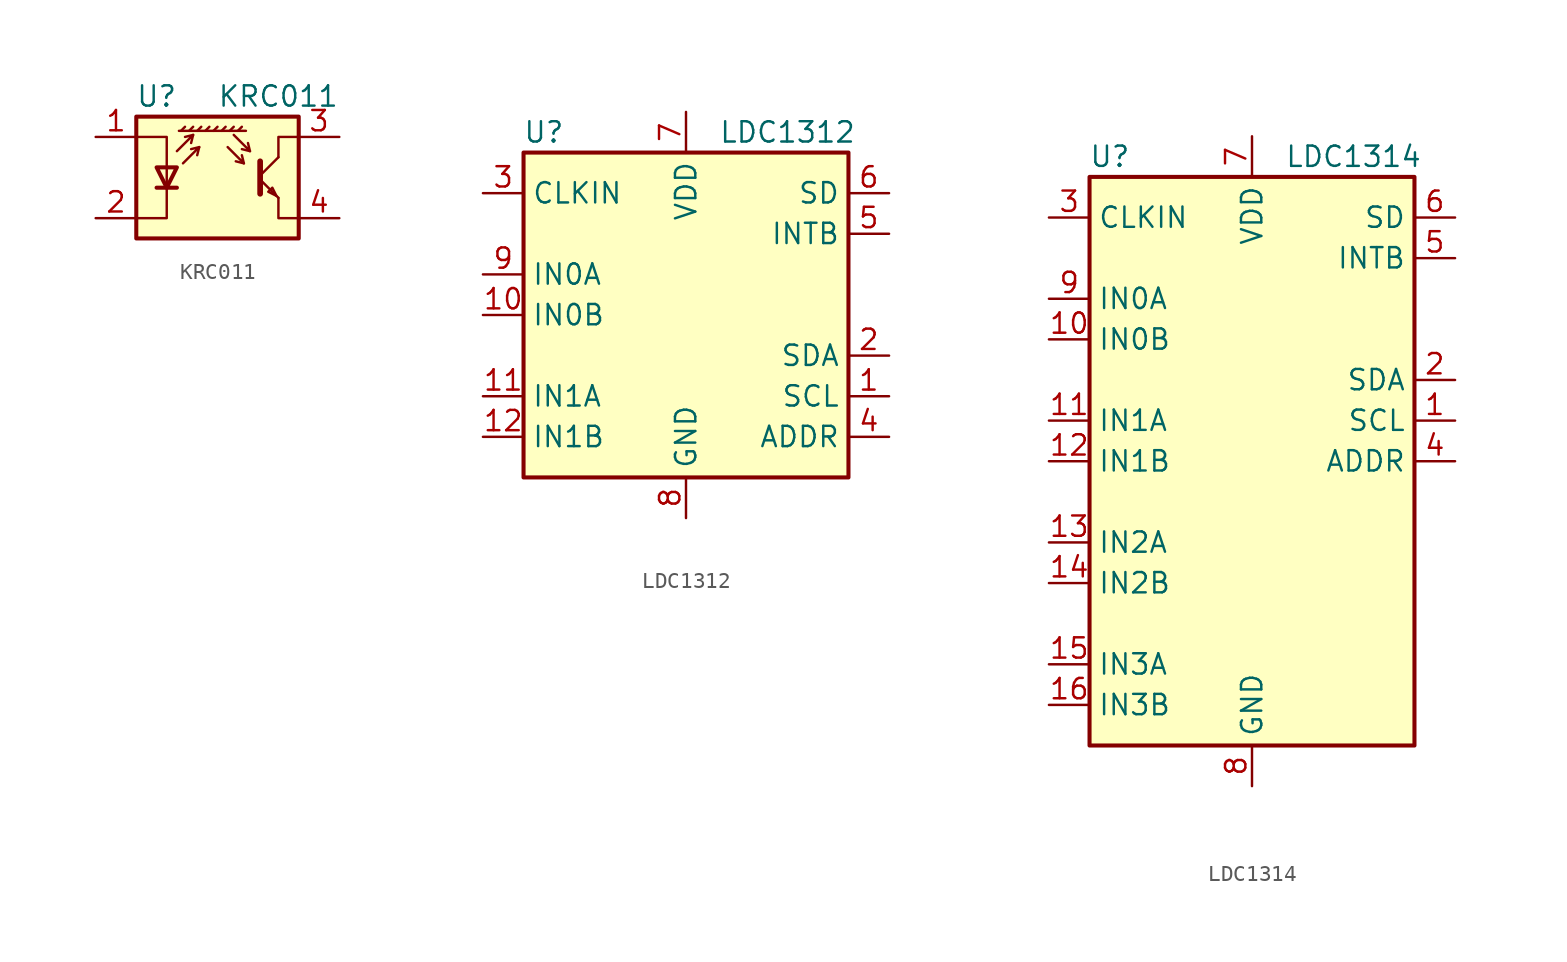
<source format=kicad_sym>
(kicad_symbol_lib
  (version 20201005)
  (generator kicad_symbol_editor)
  (symbol "Sensor_Proximity:KRC011"
    (pin_names
      (offset 1.016) hide)
    (property "Reference" "U"
      (at -3.81 5.08 0)
      (effects (font (size 1.27 1.27))))
    (property "Value" "KRC011"
      (at 7.62 5.08 0)
      (effects (font (size 1.27 1.27)) (justify right)))
    (symbol "KRC011_0_1"
      (polyline (pts (xy -3.81 -0.635) (xy -2.54 -0.635)) (stroke (width 0.254)) (fill (type none)))
      (polyline (pts (xy -2.286 2.921) (xy -2.032 3.175)) (stroke (width 0)) (fill (type none)))
      (polyline (pts (xy -1.778 2.921) (xy -1.524 3.175)) (stroke (width 0)) (fill (type none)))
      (polyline (pts (xy -1.524 2.667) (xy -1.651 2.159)) (stroke (width 0)) (fill (type none)))
      (polyline (pts (xy -1.27 2.921) (xy -1.016 3.175)) (stroke (width 0)) (fill (type none)))
      (polyline (pts (xy -1.143 1.905) (xy -1.27 1.397)) (stroke (width 0)) (fill (type none)))
      (polyline (pts (xy -0.762 2.921) (xy -0.508 3.175)) (stroke (width 0)) (fill (type none)))
      (polyline (pts (xy -0.254 2.921) (xy 0 3.175)) (stroke (width 0)) (fill (type none)))
      (polyline (pts (xy 0.254 2.921) (xy 0.508 3.175)) (stroke (width 0)) (fill (type none)))
      (polyline (pts (xy 0.762 2.921) (xy 1.016 3.175)) (stroke (width 0)) (fill (type none)))
      (polyline (pts (xy 1.27 2.921) (xy 1.524 3.175)) (stroke (width 0)) (fill (type none)))
      (polyline (pts (xy 1.651 0.889) (xy 1.143 1.016)) (stroke (width 0)) (fill (type none)))
      (polyline (pts (xy 1.778 2.921) (xy -2.413 2.921)) (stroke (width 0)) (fill (type none)))
      (polyline (pts (xy 2.032 1.651) (xy 1.524 1.778)) (stroke (width 0)) (fill (type none)))
      (polyline (pts (xy 2.667 -0.127) (xy 3.81 -1.27)) (stroke (width 0)) (fill (type none)))
      (polyline (pts (xy 2.667 0.127) (xy 3.81 1.27)) (stroke (width 0)) (fill (type none)))
      (polyline (pts (xy -2.54 1.651) (xy -1.524 2.667) (xy -2.032 2.54)) (stroke (width 0)) (fill (type none)))
      (polyline (pts (xy -2.159 0.889) (xy -1.143 1.905) (xy -1.651 1.778)) (stroke (width 0)) (fill (type none)))
      (polyline (pts (xy 0.635 1.905) (xy 1.651 0.889) (xy 1.524 1.397)) (stroke (width 0)) (fill (type none)))
      (polyline (pts (xy 1.016 2.667) (xy 2.032 1.651) (xy 1.905 2.159)) (stroke (width 0)) (fill (type none)))
      (polyline (pts (xy 2.667 1.016) (xy 2.667 -1.016) (xy 2.667 -1.016)) (stroke (width 0.356)) (fill (type none)))
      (polyline (pts (xy 3.81 -1.27) (xy 3.81 -2.54) (xy 5.08 -2.54)) (stroke (width 0)) (fill (type none)))
      (polyline (pts (xy 3.81 1.27) (xy 3.81 2.54) (xy 5.08 2.54)) (stroke (width 0)) (fill (type none)))
      (polyline (pts (xy -5.08 -2.54) (xy -3.175 -2.54) (xy -3.175 2.54) (xy -5.08 2.54)) (stroke (width 0)) (fill (type none)))
      (polyline (pts (xy -3.175 -0.635) (xy -3.81 0.635) (xy -2.54 0.635) (xy -3.175 -0.635)) (stroke (width 0.254)) (fill (type none)))
      (polyline (pts (xy 3.683 -1.143) (xy 3.429 -0.635) (xy 3.175 -0.889) (xy 3.683 -1.143)) (stroke (width 0)) (fill (type none)))
      (polyline (pts (xy -5.08 -3.81) (xy 5.08 -3.81) (xy 5.08 3.81) (xy -5.08 3.81) (xy -5.08 -3.81)) (stroke (width 0.254)) (fill (type background))))
    (symbol "KRC011_1_1"
      (pin passive line (at -7.62 2.54 0) (length 2.54) (name "A" (effects (font (size 1.27 1.27)))) (number "1" (effects (font (size 1.27 1.27)))))
      (pin passive line (at -7.62 -2.54 0) (length 2.54) (name "K" (effects (font (size 1.27 1.27)))) (number "2" (effects (font (size 1.27 1.27)))))
      (pin open_collector line (at 7.62 2.54 180) (length 2.54) (name "C" (effects (font (size 1.27 1.27)))) (number "3" (effects (font (size 1.27 1.27)))))
      (pin open_emitter line (at 7.62 -2.54 180) (length 2.54) (name "E" (effects (font (size 1.27 1.27)))) (number "4" (effects (font (size 1.27 1.27)))))))
  (symbol "Sensor_Proximity:LDC1312"
    (property "Reference" "U"
      (at -8.89 11.43 0)
      (effects (font (size 1.27 1.27))))
    (property "Value" "LDC1312"
      (at 6.35 11.43 0)
      (effects (font (size 1.27 1.27))))
    (symbol "LDC1312_0_1"
      (rectangle (start -10.16 -10.16) (end 10.16 10.16) (stroke (width 0.254)) (fill (type background))))
    (symbol "LDC1312_1_1"
      (pin input line (at 12.7 -5.08 180) (length 2.54) (name "SCL" (effects (font (size 1.27 1.27)))) (number "1" (effects (font (size 1.27 1.27)))))
      (pin input line (at -12.7 0 0) (length 2.54) (name "IN0B" (effects (font (size 1.27 1.27)))) (number "10" (effects (font (size 1.27 1.27)))))
      (pin input line (at -12.7 -5.08 0) (length 2.54) (name "IN1A" (effects (font (size 1.27 1.27)))) (number "11" (effects (font (size 1.27 1.27)))))
      (pin input line (at -12.7 -7.62 0) (length 2.54) (name "IN1B" (effects (font (size 1.27 1.27)))) (number "12" (effects (font (size 1.27 1.27)))))
      (pin passive line (at 0 -12.7 90) (length 2.54) hide (name "GND" (effects (font (size 1.27 1.27)))) (number "13" (effects (font (size 1.27 1.27)))))
      (pin bidirectional line (at 12.7 -2.54 180) (length 2.54) (name "SDA" (effects (font (size 1.27 1.27)))) (number "2" (effects (font (size 1.27 1.27)))))
      (pin input line (at -12.7 7.62 0) (length 2.54) (name "CLKIN" (effects (font (size 1.27 1.27)))) (number "3" (effects (font (size 1.27 1.27)))))
      (pin input line (at 12.7 -7.62 180) (length 2.54) (name "ADDR" (effects (font (size 1.27 1.27)))) (number "4" (effects (font (size 1.27 1.27)))))
      (pin open_collector line (at 12.7 5.08 180) (length 2.54) (name "INTB" (effects (font (size 1.27 1.27)))) (number "5" (effects (font (size 1.27 1.27)))))
      (pin input line (at 12.7 7.62 180) (length 2.54) (name "SD" (effects (font (size 1.27 1.27)))) (number "6" (effects (font (size 1.27 1.27)))))
      (pin power_in line (at 0 12.7 270) (length 2.54) (name "VDD" (effects (font (size 1.27 1.27)))) (number "7" (effects (font (size 1.27 1.27)))))
      (pin power_in line (at 0 -12.7 90) (length 2.54) (name "GND" (effects (font (size 1.27 1.27)))) (number "8" (effects (font (size 1.27 1.27)))))
      (pin input line (at -12.7 2.54 0) (length 2.54) (name "IN0A" (effects (font (size 1.27 1.27)))) (number "9" (effects (font (size 1.27 1.27)))))))
  (symbol "Sensor_Proximity:LDC1314"
    (property "Reference" "U"
      (at -8.89 19.05 0)
      (effects (font (size 1.27 1.27))))
    (property "Value" "LDC1314"
      (at 6.35 19.05 0)
      (effects (font (size 1.27 1.27))))
    (symbol "LDC1314_0_1"
      (rectangle (start -10.16 -17.78) (end 10.16 17.78) (stroke (width 0.254)) (fill (type background))))
    (symbol "LDC1314_1_1"
      (pin input line (at 12.7 2.54 180) (length 2.54) (name "SCL" (effects (font (size 1.27 1.27)))) (number "1" (effects (font (size 1.27 1.27)))))
      (pin input line (at -12.7 7.62 0) (length 2.54) (name "IN0B" (effects (font (size 1.27 1.27)))) (number "10" (effects (font (size 1.27 1.27)))))
      (pin input line (at -12.7 2.54 0) (length 2.54) (name "IN1A" (effects (font (size 1.27 1.27)))) (number "11" (effects (font (size 1.27 1.27)))))
      (pin input line (at -12.7 0 0) (length 2.54) (name "IN1B" (effects (font (size 1.27 1.27)))) (number "12" (effects (font (size 1.27 1.27)))))
      (pin input line (at -12.7 -5.08 0) (length 2.54) (name "IN2A" (effects (font (size 1.27 1.27)))) (number "13" (effects (font (size 1.27 1.27)))))
      (pin input line (at -12.7 -7.62 0) (length 2.54) (name "IN2B" (effects (font (size 1.27 1.27)))) (number "14" (effects (font (size 1.27 1.27)))))
      (pin input line (at -12.7 -12.7 0) (length 2.54) (name "IN3A" (effects (font (size 1.27 1.27)))) (number "15" (effects (font (size 1.27 1.27)))))
      (pin input line (at -12.7 -15.24 0) (length 2.54) (name "IN3B" (effects (font (size 1.27 1.27)))) (number "16" (effects (font (size 1.27 1.27)))))
      (pin passive line (at 0 -20.32 90) (length 2.54) hide (name "GND" (effects (font (size 1.27 1.27)))) (number "17" (effects (font (size 1.27 1.27)))))
      (pin bidirectional line (at 12.7 5.08 180) (length 2.54) (name "SDA" (effects (font (size 1.27 1.27)))) (number "2" (effects (font (size 1.27 1.27)))))
      (pin input line (at -12.7 15.24 0) (length 2.54) (name "CLKIN" (effects (font (size 1.27 1.27)))) (number "3" (effects (font (size 1.27 1.27)))))
      (pin input line (at 12.7 0 180) (length 2.54) (name "ADDR" (effects (font (size 1.27 1.27)))) (number "4" (effects (font (size 1.27 1.27)))))
      (pin open_collector line (at 12.7 12.7 180) (length 2.54) (name "INTB" (effects (font (size 1.27 1.27)))) (number "5" (effects (font (size 1.27 1.27)))))
      (pin input line (at 12.7 15.24 180) (length 2.54) (name "SD" (effects (font (size 1.27 1.27)))) (number "6" (effects (font (size 1.27 1.27)))))
      (pin power_in line (at 0 20.32 270) (length 2.54) (name "VDD" (effects (font (size 1.27 1.27)))) (number "7" (effects (font (size 1.27 1.27)))))
      (pin power_in line (at 0 -20.32 90) (length 2.54) (name "GND" (effects (font (size 1.27 1.27)))) (number "8" (effects (font (size 1.27 1.27)))))
      (pin input line (at -12.7 10.16 0) (length 2.54) (name "IN0A" (effects (font (size 1.27 1.27)))) (number "9" (effects (font (size 1.27 1.27))))))))
</source>
